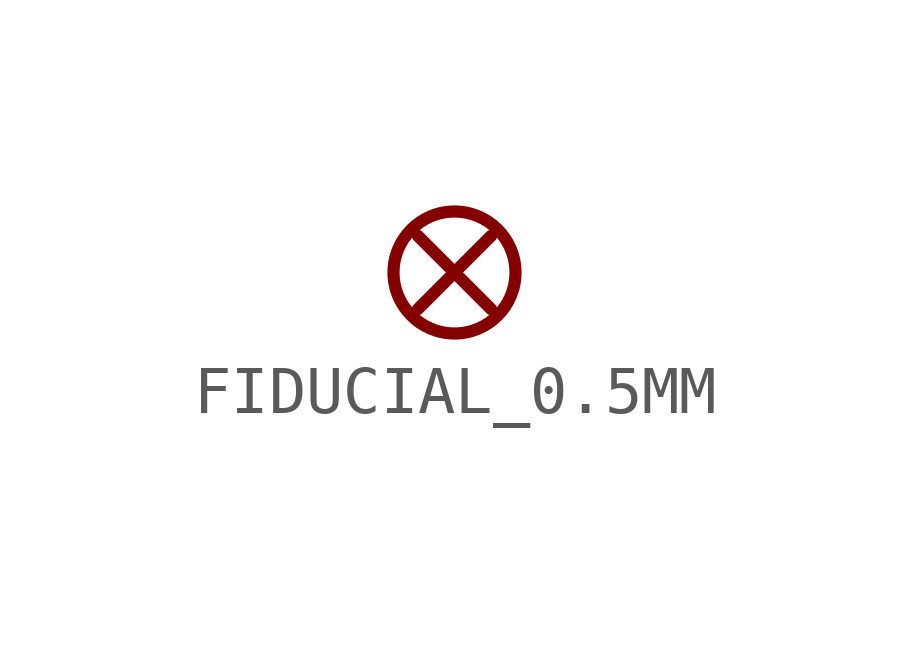
<source format=kicad_sym>
(kicad_symbol_lib
  (version 20241209)
  (generator "kicad_symbol_editor")
  (generator_version "9.0")
  (symbol "FIDUCIAL_0.5MM"
    (property "Reference" "FID"
      (at 0 0 0)
      (effects (font (size 1.27 1.27)) (hide yes)))
    (property "ki_locked" ""
      (at 0 0 0)
      (effects (font (size 1.27 1.27))))
    (symbol "FIDUCIAL_0.5MM_1_0"
      (polyline (pts (xy -0.762 0.762) (xy 0.762 -0.762)) (stroke (width 0.254) (type solid)) (fill (type none)))
      (circle (center 0 0) (radius 1.27) (stroke (width 0.254) (type solid)) (fill (type none)))
      (polyline (pts (xy 0.762 0.762) (xy -0.762 -0.762)) (stroke (width 0.254) (type solid)) (fill (type none))))))
</source>
